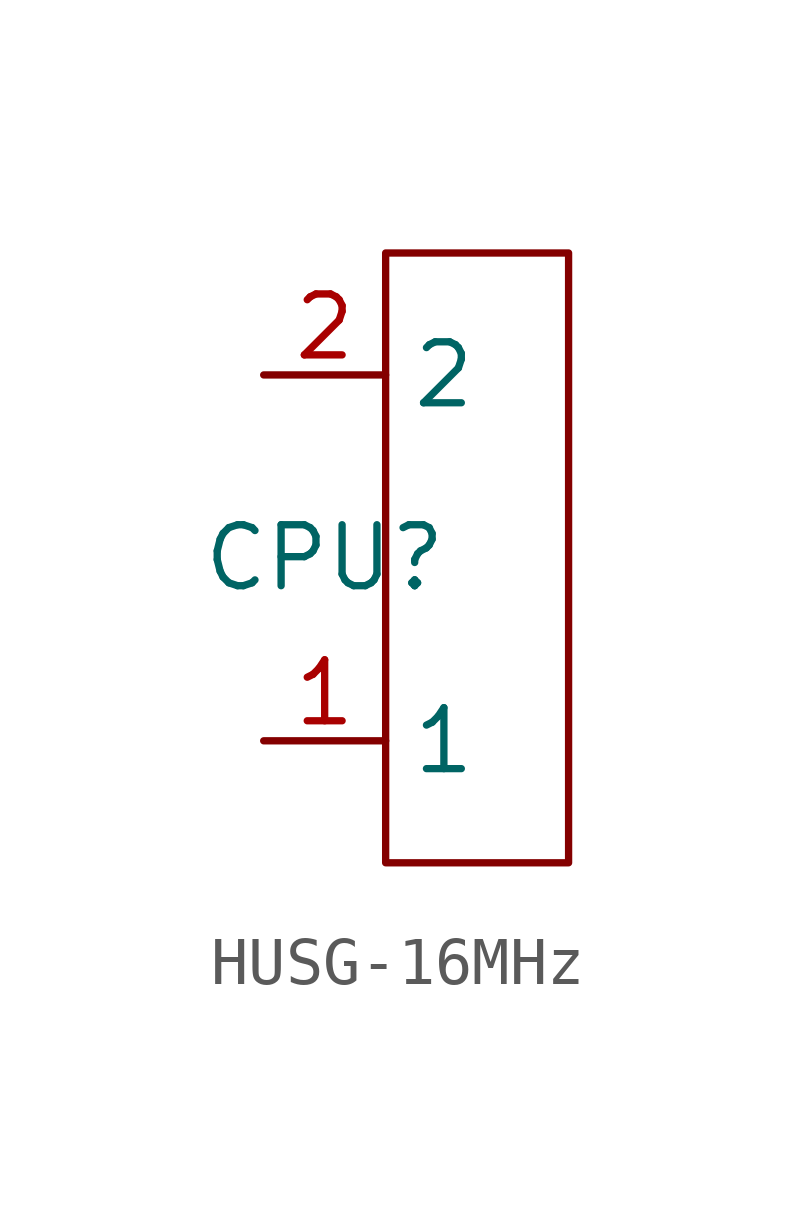
<source format=kicad_sym>
(kicad_symbol_lib
  (version 20220914)
  (generator kicad_symbol_editor)
  (symbol "HUSG-16MHz"
    (property "Reference" "CPU"
      (at 0 0 0)
      (effects (font (size 1.27 1.27))))
    (property "Value" ""
      (at 0 0 0)
      (effects (font (size 1.27 1.27))))
    (symbol "HUSG-16MHz_0_1"
      (rectangle (start 1.27 6.35) (end 5.08 -6.35) (stroke (width 0) (type default)) (fill (type none))))
    (symbol "HUSG-16MHz_1_1"
      (pin passive line (at -1.27 -3.81 0) (length 2.54) (name "1" (effects (font (size 1.27 1.27)))) (number "1" (effects (font (size 1.27 1.27)))))
      (pin passive line (at -1.27 3.81 0) (length 2.54) (name "2" (effects (font (size 1.27 1.27)))) (number "2" (effects (font (size 1.27 1.27))))))))
</source>
